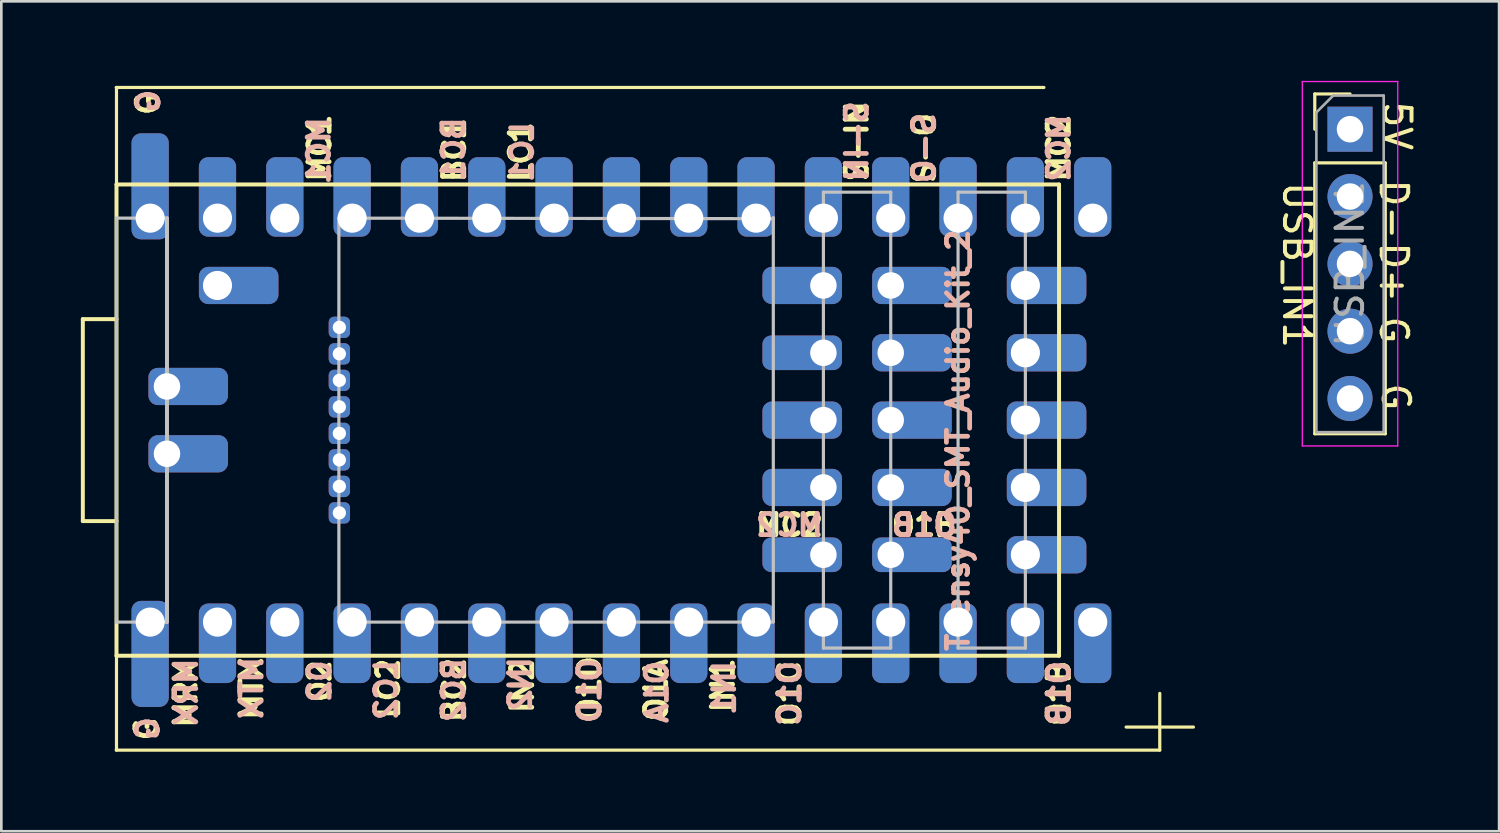
<source format=kicad_pcb>
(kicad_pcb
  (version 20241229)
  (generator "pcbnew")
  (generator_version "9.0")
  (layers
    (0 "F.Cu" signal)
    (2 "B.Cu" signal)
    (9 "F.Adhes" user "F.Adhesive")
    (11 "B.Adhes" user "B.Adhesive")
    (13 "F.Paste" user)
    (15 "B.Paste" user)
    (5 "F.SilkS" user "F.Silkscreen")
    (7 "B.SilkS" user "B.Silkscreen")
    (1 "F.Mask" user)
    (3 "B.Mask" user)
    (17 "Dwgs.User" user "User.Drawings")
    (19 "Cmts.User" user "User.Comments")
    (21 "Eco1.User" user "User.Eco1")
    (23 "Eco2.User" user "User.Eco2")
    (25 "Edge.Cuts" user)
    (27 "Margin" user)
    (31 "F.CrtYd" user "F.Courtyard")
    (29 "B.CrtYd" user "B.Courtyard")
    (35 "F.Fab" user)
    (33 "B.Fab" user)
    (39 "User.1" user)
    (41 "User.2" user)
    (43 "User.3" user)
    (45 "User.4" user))
  (footprint "USB_IN1"
    (layer "F.Cu")
    (at 47.883 1.825)
    (property "Reference" "USB_IN1" (at -2 5.125 270) (unlocked yes) (layer "F.SilkS") (effects (font (size 1 1) (thickness 0.15))))
    (attr through_hole exclude_from_bom)
    (fp_line (start -1.33 -1.33) (end 0 -1.33) (stroke (width 0.12) (type solid)) (layer "F.SilkS"))
    (fp_line (start -1.33 0) (end -1.33 -1.33) (stroke (width 0.12) (type solid)) (layer "F.SilkS"))
    (fp_line (start -1.33 1.27) (end -1.33 11.49) (stroke (width 0.12) (type solid)) (layer "F.SilkS"))
    (fp_line (start -1.33 1.27) (end 1.33 1.27) (stroke (width 0.12) (type solid)) (layer "F.SilkS"))
    (fp_line (start -1.33 11.49) (end 1.33 11.49) (stroke (width 0.12) (type solid)) (layer "F.SilkS"))
    (fp_line (start 1.33 1.27) (end 1.33 11.49) (stroke (width 0.12) (type solid)) (layer "F.SilkS"))
    (fp_line (start -1.8 -1.8) (end -1.8 11.95) (stroke (width 0.05) (type solid)) (layer "F.CrtYd"))
    (fp_line (start -1.8 11.95) (end 1.8 11.95) (stroke (width 0.05) (type solid)) (layer "F.CrtYd"))
    (fp_line (start 1.8 -1.8) (end -1.8 -1.8) (stroke (width 0.05) (type solid)) (layer "F.CrtYd"))
    (fp_line (start 1.8 11.95) (end 1.8 -1.8) (stroke (width 0.05) (type solid)) (layer "F.CrtYd"))
    (fp_line (start -1.27 -0.635) (end -0.635 -1.27) (stroke (width 0.1) (type solid)) (layer "F.Fab"))
    (fp_line (start -1.27 11.43) (end -1.27 -0.635) (stroke (width 0.1) (type solid)) (layer "F.Fab"))
    (fp_line (start -0.635 -1.27) (end 1.27 -1.27) (stroke (width 0.1) (type solid)) (layer "F.Fab"))
    (fp_line (start 1.27 -1.27) (end 1.27 11.43) (stroke (width 0.1) (type solid)) (layer "F.Fab"))
    (fp_line (start 1.27 11.43) (end -1.27 11.43) (stroke (width 0.1) (type solid)) (layer "F.Fab"))
    (fp_text user "D-" (at 1.65 3.025 270) (unlocked yes) (layer "F.SilkS") (effects (font (size 1 1) (thickness 0.15))))
    (fp_text user "5V" (at 1.775 -0.125 270) (unlocked yes) (layer "F.SilkS") (effects (font (size 1 1) (thickness 0.15))))
    (fp_text user "G" (at 1.65 7.575 270) (unlocked yes) (layer "F.SilkS") (effects (font (size 1 1) (thickness 0.15))))
    (fp_text user "G" (at 1.725 10.1 270) (unlocked yes) (layer "F.SilkS") (effects (font (size 1 1) (thickness 0.15))))
    (fp_text user "D+" (at 1.65 5.4 270) (unlocked yes) (layer "F.SilkS") (effects (font (size 1 1) (thickness 0.15))))
    (fp_text user "${REFERENCE}" (at 0 5.08 90) (layer "F.Fab") (effects (font (size 1 1) (thickness 0.15))))
    (pad "1" thru_hole rect (at 0 0) (size 1.7 1.7) (drill 1) (layers "*.Cu" "*.Mask"))
    (pad "2" thru_hole oval (at 0 2.54) (size 1.7 1.7) (drill 1) (layers "*.Cu" "*.Mask"))
    (pad "3" thru_hole oval (at 0 5.08) (size 1.7 1.7) (drill 1) (layers "*.Cu" "*.Mask"))
    (pad "4" thru_hole oval (at 0 7.62) (size 1.7 1.7) (drill 1) (layers "*.Cu" "*.Mask"))
    (pad "5" thru_hole oval (at 0 10.16) (size 1.7 1.7) (drill 1) (layers "*.Cu" "*.Mask")))
  (footprint "Teensy40_SMT_Audio_Kit_2"
    (layer "F.Cu")
    (at 1.335 0.25)
    (property "Reference" "Teensy40_SMT_Audio_Kit_2" (at 31.76 13.312 90) (layer "B.SilkS") (effects (font (size 0.8 0.8) (thickness 0.18))))
    (attr through_hole)
    (fp_line (start -1.26 8.74) (end -1.26 16.36) (stroke (width 0.15) (type solid)) (layer "F.SilkS"))
    (fp_line (start -1.26 16.36) (end 0.01 16.36) (stroke (width 0.15) (type solid)) (layer "F.SilkS"))
    (fp_line (start 0 0) (end 35 0) (stroke (width 0.12) (type solid)) (layer "F.SilkS"))
    (fp_line (start 0 25) (end 39.37 25) (stroke (width 0.12) (type solid)) (layer "F.SilkS"))
    (fp_line (start 0.01 3.66) (end 0.01 0) (stroke (width 0.12) (type solid)) (layer "F.SilkS"))
    (fp_line (start 0.01 3.66) (end 0.01 21.44) (stroke (width 0.15) (type solid)) (layer "F.SilkS"))
    (fp_line (start 0.01 8.74) (end -1.26 8.74) (stroke (width 0.15) (type solid)) (layer "F.SilkS"))
    (fp_line (start 0.01 21.44) (end 35.57 21.44) (stroke (width 0.15) (type solid)) (layer "F.SilkS"))
    (fp_line (start 0.01 25) (end 0.01 21.44) (stroke (width 0.12) (type solid)) (layer "F.SilkS"))
    (fp_line (start 35.57 3.66) (end 0.01 3.66) (stroke (width 0.15) (type solid)) (layer "F.SilkS"))
    (fp_line (start 35.57 21.44) (end 35.57 3.66) (stroke (width 0.15) (type solid)) (layer "F.SilkS"))
    (fp_line (start 38.1 24.13) (end 40.64 24.13) (stroke (width 0.12) (type solid)) (layer "F.SilkS"))
    (fp_line (start 39.37 25) (end 39.37 22.86) (stroke (width 0.12) (type solid)) (layer "F.SilkS"))
    (fp_line (start 0.01 4.93) (end 0.01 20.17) (stroke (width 0.12) (type solid)) (layer "Dwgs.User"))
    (fp_line (start 0.01 4.93) (end 1.915 4.93) (stroke (width 0.12) (type solid)) (layer "Dwgs.User"))
    (fp_line (start 0.01 20.17) (end 1.915 20.17) (stroke (width 0.12) (type solid)) (layer "Dwgs.User"))
    (fp_line (start 1.915 4.93) (end 1.915 20.17) (stroke (width 0.15) (type solid)) (layer "Dwgs.User"))
    (fp_line (start 8.4 4.93) (end 8.4 20.17) (stroke (width 0.12) (type solid)) (layer "Dwgs.User"))
    (fp_line (start 8.4 4.93) (end 24.79 4.95) (stroke (width 0.12) (type solid)) (layer "Dwgs.User"))
    (fp_line (start 8.4 20.17) (end 24.79 20.17) (stroke (width 0.12) (type solid)) (layer "Dwgs.User"))
    (fp_line (start 24.79 4.91) (end 24.79 20.15) (stroke (width 0.12) (type solid)) (layer "Dwgs.User"))
    (fp_line (start 26.68 3.95) (end 26.68 21.15) (stroke (width 0.12) (type solid)) (layer "Dwgs.User"))
    (fp_line (start 26.68 21.15) (end 29.22 21.15) (stroke (width 0.12) (type solid)) (layer "Dwgs.User"))
    (fp_line (start 29.22 3.95) (end 26.68 3.95) (stroke (width 0.12) (type solid)) (layer "Dwgs.User"))
    (fp_line (start 29.22 21.15) (end 29.22 3.95) (stroke (width 0.12) (type solid)) (layer "Dwgs.User"))
    (fp_line (start 31.76 3.95) (end 34.3 3.95) (stroke (width 0.12) (type solid)) (layer "Dwgs.User"))
    (fp_line (start 31.76 21.15) (end 31.76 3.95) (stroke (width 0.12) (type solid)) (layer "Dwgs.User"))
    (fp_line (start 34.3 3.95) (end 34.3 21.15) (stroke (width 0.12) (type solid)) (layer "Dwgs.User"))
    (fp_line (start 34.3 21.15) (end 31.76 21.15) (stroke (width 0.12) (type solid)) (layer "Dwgs.User"))
    (fp_poly (pts (xy 0.518 11.788) (xy 3.058 11.788) (xy 3.058 10.772) (xy 0.518 10.772)) (stroke (width 0.1) (type solid)) (fill no) (layer "Eco1.User"))
    (fp_poly (pts (xy 0.518 14.328) (xy 3.058 14.328) (xy 3.058 13.312) (xy 0.518 13.312)) (stroke (width 0.1) (type solid)) (fill no) (layer "Eco1.User"))
    (fp_poly (pts (xy 8.29 8.8) (xy 10.29 8.8) (xy 10.29 9.3) (xy 8.29 9.3)) (stroke (width 0.1) (type solid)) (fill no) (layer "Eco1.User"))
    (fp_poly (pts (xy 8.29 9.8) (xy 10.29 9.8) (xy 10.29 10.3) (xy 8.29 10.3)) (stroke (width 0.1) (type solid)) (fill no) (layer "Eco1.User"))
    (fp_poly (pts (xy 8.29 10.8) (xy 10.29 10.8) (xy 10.29 11.3) (xy 8.29 11.3)) (stroke (width 0.1) (type solid)) (fill no) (layer "Eco1.User"))
    (fp_poly (pts (xy 8.29 11.8) (xy 10.29 11.8) (xy 10.29 12.3) (xy 8.29 12.3)) (stroke (width 0.1) (type solid)) (fill no) (layer "Eco1.User"))
    (fp_poly (pts (xy 8.29 12.8) (xy 10.29 12.8) (xy 10.29 13.3) (xy 8.29 13.3)) (stroke (width 0.1) (type solid)) (fill no) (layer "Eco1.User"))
    (fp_poly (pts (xy 8.29 13.8) (xy 10.29 13.8) (xy 10.29 14.3) (xy 8.29 14.3)) (stroke (width 0.1) (type solid)) (fill no) (layer "Eco1.User"))
    (fp_poly (pts (xy 8.29 14.8) (xy 10.29 14.8) (xy 10.29 15.3) (xy 8.29 15.3)) (stroke (width 0.1) (type solid)) (fill no) (layer "Eco1.User"))
    (fp_poly (pts (xy 8.29 15.8) (xy 10.29 15.8) (xy 10.29 16.3) (xy 8.29 16.3)) (stroke (width 0.1) (type solid)) (fill no) (layer "Eco1.User"))
    (fp_poly (pts (xy 24.648 7.978) (xy 27.188 7.978) (xy 27.188 6.962) (xy 24.648 6.962)) (stroke (width 0.1) (type solid)) (fill no) (layer "Eco1.User"))
    (fp_poly (pts (xy 24.648 10.518) (xy 27.188 10.518) (xy 27.188 9.502) (xy 24.648 9.502)) (stroke (width 0.1) (type solid)) (fill no) (layer "Eco1.User"))
    (fp_poly (pts (xy 24.648 13.058) (xy 27.188 13.058) (xy 27.188 12.042) (xy 24.648 12.042)) (stroke (width 0.1) (type solid)) (fill no) (layer "Eco1.User"))
    (fp_poly (pts (xy 24.648 15.598) (xy 27.188 15.598) (xy 27.188 14.582) (xy 24.648 14.582)) (stroke (width 0.1) (type solid)) (fill no) (layer "Eco1.User"))
    (fp_poly (pts (xy 24.648 18.138) (xy 27.188 18.138) (xy 27.188 17.122) (xy 24.648 17.122)) (stroke (width 0.1) (type solid)) (fill no) (layer "Eco1.User"))
    (fp_poly (pts (xy 28.712 7.978) (xy 31.252 7.978) (xy 31.252 6.962) (xy 28.712 6.962)) (stroke (width 0.1) (type solid)) (fill no) (layer "Eco1.User"))
    (fp_poly (pts (xy 28.712 10.518) (xy 31.252 10.518) (xy 31.252 9.502) (xy 28.712 9.502)) (stroke (width 0.1) (type solid)) (fill no) (layer "Eco1.User"))
    (fp_poly (pts (xy 28.712 13.058) (xy 31.252 13.058) (xy 31.252 12.042) (xy 28.712 12.042)) (stroke (width 0.1) (type solid)) (fill no) (layer "Eco1.User"))
    (fp_poly (pts (xy 28.712 15.598) (xy 31.252 15.598) (xy 31.252 14.582) (xy 28.712 14.582)) (stroke (width 0.1) (type solid)) (fill no) (layer "Eco1.User"))
    (fp_poly (pts (xy 28.712 18.138) (xy 31.252 18.138) (xy 31.252 17.122) (xy 28.712 17.122)) (stroke (width 0.1) (type solid)) (fill no) (layer "Eco1.User"))
    (fp_text user "G" (at 1.194 0.61 90) (unlocked yes) (layer "F.SilkS") (effects (font (size 0.8 0.8) (thickness 0.18))))
    (fp_text user "S-O" (at 30.48 2.286 90) (layer "F.SilkS") (effects (font (size 0.8 0.8) (thickness 0.18))))
    (fp_text user "BC2" (at 12.751 22.733 90) (unlocked yes) (layer "F.SilkS") (effects (font (size 0.8 0.8) (thickness 0.18))))
    (fp_text user "BC1" (at 12.751 2.362 90) (layer "F.SilkS") (effects (font (size 0.8 0.8) (thickness 0.18))))
    (fp_text user "MC1" (at 7.671 2.286 90) (layer "F.SilkS") (effects (font (size 0.8 0.8) (thickness 0.18))))
    (fp_text user "O1C" (at 25.4 22.86 90) (layer "F.SilkS") (effects (font (size 0.8 0.8) (thickness 0.18))))
    (fp_text user "G" (at 1.143 24.206 90) (unlocked yes) (layer "F.SilkS") (effects (font (size 0.8 0.8) (thickness 0.18))))
    (fp_text user "02" (at 7.671 22.403 90) (unlocked yes) (layer "F.SilkS") (effects (font (size 0.8 0.8) (thickness 0.18))))
    (fp_text user "IN2" (at 15.316 22.581 90) (unlocked yes) (layer "F.SilkS") (effects (font (size 0.8 0.8) (thickness 0.18))))
    (fp_text user "LC2" (at 10.262 22.682 90) (unlocked yes) (layer "F.SilkS") (effects (font (size 0.8 0.8) (thickness 0.18))))
    (fp_text user "MRX" (at 2.616 22.885 90) (unlocked yes) (layer "F.SilkS") (effects (font (size 0.8 0.8) (thickness 0.18))))
    (fp_text user "O1B" (at 30.48 16.51 0) (layer "F.SilkS") (effects (font (size 0.8 0.8) (thickness 0.18))))
    (fp_text user "IN1" (at 22.885 22.555 90) (unlocked yes) (layer "F.SilkS") (effects (font (size 0.8 0.8) (thickness 0.18))))
    (fp_text user "MC2" (at 25.4 16.51 180) (layer "F.SilkS") (effects (font (size 0.8 0.8) (thickness 0.18))))
    (fp_text user "S-IN" (at 27.94 2.032 90) (layer "F.SilkS") (effects (font (size 0.8 0.8) (thickness 0.18))))
    (fp_text user "LC1" (at 15.265 2.438 90) (layer "F.SilkS") (effects (font (size 0.8 0.8) (thickness 0.18))))
    (fp_text user "MTX" (at 5.105 22.682 90) (unlocked yes) (layer "F.SilkS") (effects (font (size 0.8 0.8) (thickness 0.18))))
    (fp_text user "MC2" (at 35.56 2.286 90) (layer "F.SilkS") (effects (font (size 0.8 0.8) (thickness 0.18))))
    (fp_text user "O1B" (at 35.56 22.86 90) (layer "F.SilkS") (effects (font (size 0.8 0.8) (thickness 0.18))))
    (fp_text user "O1A" (at 20.371 22.733 90) (unlocked yes) (layer "F.SilkS") (effects (font (size 0.8 0.8) (thickness 0.18))))
    (fp_text user "O1D" (at 17.856 22.682 90) (unlocked yes) (layer "F.SilkS") (effects (font (size 0.8 0.8) (thickness 0.18))))
    (fp_text user "LC1" (at 15.316 2.438 90) (unlocked yes) (layer "B.SilkS") (effects (font (size 0.8 0.8) (thickness 0.18)) (justify mirror)))
    (fp_text user "G" (at 1.219 0.508 90) (layer "B.SilkS") (effects (font (size 0.8 0.8) (thickness 0.18)) (justify mirror)))
    (fp_text user "BC2" (at 12.725 22.733 90) (layer "B.SilkS") (effects (font (size 0.8 0.8) (thickness 0.18)) (justify mirror)))
    (fp_text user "G" (at 1.194 24.181 90) (layer "B.SilkS") (effects (font (size 0.8 0.8) (thickness 0.18)) (justify mirror)))
    (fp_text user "S-IN" (at 27.94 2.032 90) (unlocked yes) (layer "B.SilkS") (effects (font (size 0.8 0.8) (thickness 0.18)) (justify mirror)))
    (fp_text user "MC2" (at 25.4 16.51 0) (layer "B.SilkS") (effects (font (size 0.8 0.8) (thickness 0.18)) (justify mirror)))
    (fp_text user "O1B" (at 30.48 16.51 180) (layer "B.SilkS") (effects (font (size 0.8 0.8) (thickness 0.18)) (justify mirror)))
    (fp_text user "O1B" (at 35.56 22.86 270) (layer "B.SilkS") (effects (font (size 0.8 0.8) (thickness 0.18)) (justify mirror)))
    (fp_text user "O1C" (at 25.4 22.86 270) (layer "B.SilkS") (effects (font (size 0.8 0.8) (thickness 0.18)) (justify mirror)))
    (fp_text user "O1D" (at 17.856 22.758 90) (layer "B.SilkS") (effects (font (size 0.8 0.8) (thickness 0.18)) (justify mirror)))
    (fp_text user "MC1" (at 7.645 2.388 90) (unlocked yes) (layer "B.SilkS") (effects (font (size 0.8 0.8) (thickness 0.18)) (justify mirror)))
    (fp_text user "BC1" (at 12.725 2.337 90) (unlocked yes) (layer "B.SilkS") (effects (font (size 0.8 0.8) (thickness 0.18)) (justify mirror)))
    (fp_text user "O1A" (at 20.396 22.809 90) (layer "B.SilkS") (effects (font (size 0.8 0.8) (thickness 0.18)) (justify mirror)))
    (fp_text user "02" (at 7.671 22.403 90) (layer "B.SilkS") (effects (font (size 0.8 0.8) (thickness 0.18)) (justify mirror)))
    (fp_text user "MTX" (at 5.105 22.657 90) (layer "B.SilkS") (effects (font (size 0.8 0.8) (thickness 0.18)) (justify mirror)))
    (fp_text user "S-O" (at 30.48 2.286 90) (unlocked yes) (layer "B.SilkS") (effects (font (size 0.8 0.8) (thickness 0.18)) (justify mirror)))
    (fp_text user "IN2" (at 15.24 22.504 90) (layer "B.SilkS") (effects (font (size 0.8 0.8) (thickness 0.18)) (justify mirror)))
    (fp_text user "IN1" (at 22.936 22.657 90) (layer "B.SilkS") (effects (font (size 0.8 0.8) (thickness 0.18)) (justify mirror)))
    (fp_text user "MC2" (at 35.56 2.286 270) (layer "B.SilkS") (effects (font (size 0.8 0.8) (thickness 0.18)) (justify mirror)))
    (fp_text user "LC2" (at 10.185 22.733 90) (layer "B.SilkS") (effects (font (size 0.8 0.8) (thickness 0.18)) (justify mirror)))
    (fp_text user "MRX" (at 2.642 22.809 90) (layer "B.SilkS") (effects (font (size 0.8 0.8) (thickness 0.18)) (justify mirror)))
    (pad "1" thru_hole roundrect (at 1.28 20.17) (size 1.404 4) (drill 1.1 (offset 0 1.2)) (layers "*.Cu" "*.Mask") (roundrect_rratio 0.25))
    (pad "2" thru_hole roundrect (at 3.82 20.17) (size 1.404 3) (drill 1.1 (offset 0 0.8)) (layers "*.Cu" "*.Mask") (roundrect_rratio 0.25))
    (pad "3" thru_hole roundrect (at 6.36 20.17) (size 1.404 3) (drill 1.1 (offset 0 0.8)) (layers "*.Cu" "*.Mask") (roundrect_rratio 0.25))
    (pad "4" thru_hole roundrect (at 8.9 20.17) (size 1.404 3) (drill 1.1 (offset 0 0.8)) (layers "*.Cu" "*.Mask") (roundrect_rratio 0.25))
    (pad "5" thru_hole roundrect (at 11.44 20.17) (size 1.404 3) (drill 1.1 (offset 0 0.8)) (layers "*.Cu" "*.Mask") (roundrect_rratio 0.25))
    (pad "6" thru_hole roundrect (at 13.98 20.17) (size 1.404 3) (drill 1.1 (offset 0 0.8)) (layers "*.Cu" "*.Mask") (roundrect_rratio 0.25))
    (pad "7" thru_hole roundrect (at 16.52 20.17) (size 1.404 3) (drill 1.1 (offset 0 0.8)) (layers "*.Cu" "*.Mask") (roundrect_rratio 0.25))
    (pad "8" thru_hole roundrect (at 19.06 20.17) (size 1.404 3) (drill 1.1 (offset 0 0.8)) (layers "*.Cu" "*.Mask") (roundrect_rratio 0.25))
    (pad "9" thru_hole roundrect (at 21.6 20.17) (size 1.404 3) (drill 1.1 (offset 0 0.8)) (layers "*.Cu" "*.Mask") (roundrect_rratio 0.25))
    (pad "10" thru_hole roundrect (at 24.14 20.17) (size 1.404 3) (drill 1.1 (offset 0 0.8)) (layers "*.Cu" "*.Mask") (roundrect_rratio 0.25))
    (pad "11" thru_hole roundrect (at 26.68 20.17) (size 1.404 3) (drill 1.1 (offset 0 0.8)) (layers "*.Cu" "*.Mask") (roundrect_rratio 0.25))
    (pad "12" thru_hole roundrect (at 29.22 20.17) (size 1.404 3) (drill 1.1 (offset 0 0.8)) (layers "*.Cu" "*.Mask") (roundrect_rratio 0.25))
    (pad "13" thru_hole roundrect (at 31.76 20.17) (size 1.404 3) (drill 1.1 (offset 0 0.8)) (layers "*.Cu" "*.Mask") (roundrect_rratio 0.25))
    (pad "14" thru_hole roundrect (at 34.3 20.17) (size 1.404 3) (drill 1.1 (offset 0 0.8)) (layers "*.Cu" "*.Mask") (roundrect_rratio 0.25))
    (pad "15" thru_hole roundrect (at 34.3 17.63 90) (size 1.404 3) (drill 1.1 (offset 0 0.8)) (layers "*.Cu" "*.Mask") (roundrect_rratio 0.25))
    (pad "16" thru_hole roundrect (at 34.3 15.09 90) (size 1.404 3) (drill 1.1 (offset 0 0.8)) (layers "*.Cu" "*.Mask") (roundrect_rratio 0.25))
    (pad "17" thru_hole roundrect (at 34.3 12.55 90) (size 1.404 3) (drill 1.1 (offset 0 0.8)) (layers "*.Cu" "*.Mask") (roundrect_rratio 0.25))
    (pad "18" thru_hole roundrect (at 34.3 10.01 90) (size 1.404 3) (drill 1.1 (offset 0 0.8)) (layers "*.Cu" "*.Mask") (roundrect_rratio 0.25))
    (pad "19" thru_hole roundrect (at 34.3 7.47 90) (size 1.404 3) (drill 1.1 (offset 0 0.8)) (layers "*.Cu" "*.Mask") (roundrect_rratio 0.25))
    (pad "20" thru_hole roundrect (at 34.3 4.93 180) (size 1.404 3) (drill 1.1 (offset 0 0.8)) (layers "*.Cu" "*.Mask") (roundrect_rratio 0.25))
    (pad "21" thru_hole roundrect (at 31.76 4.93 180) (size 1.404 3) (drill 1.1 (offset 0 0.8)) (layers "*.Cu" "*.Mask") (roundrect_rratio 0.25))
    (pad "22" thru_hole roundrect (at 29.22 4.93 180) (size 1.404 3) (drill 1.1 (offset 0 0.8)) (layers "*.Cu" "*.Mask") (roundrect_rratio 0.25))
    (pad "23" thru_hole roundrect (at 26.68 4.93 180) (size 1.404 3) (drill 1.1 (offset 0 0.8)) (layers "*.Cu" "*.Mask") (roundrect_rratio 0.25))
    (pad "24" thru_hole roundrect (at 24.14 4.93 180) (size 1.404 3) (drill 1.1 (offset 0 0.8)) (layers "*.Cu" "*.Mask") (roundrect_rratio 0.25))
    (pad "25" thru_hole roundrect (at 21.6 4.93 180) (size 1.404 3) (drill 1.1 (offset 0 0.8)) (layers "*.Cu" "*.Mask") (roundrect_rratio 0.25))
    (pad "26" thru_hole roundrect (at 19.06 4.93 180) (size 1.404 3) (drill 1.1 (offset 0 0.8)) (layers "*.Cu" "*.Mask") (roundrect_rratio 0.25))
    (pad "27" thru_hole roundrect (at 16.52 4.93 180) (size 1.404 3) (drill 1.1 (offset 0 0.8)) (layers "*.Cu" "*.Mask") (roundrect_rratio 0.25))
    (pad "28" thru_hole roundrect (at 13.98 4.93 180) (size 1.404 3) (drill 1.1 (offset 0 0.8)) (layers "*.Cu" "*.Mask") (roundrect_rratio 0.25))
    (pad "29" thru_hole roundrect (at 11.44 4.93 180) (size 1.404 3) (drill 1.1 (offset 0 0.8)) (layers "*.Cu" "*.Mask") (roundrect_rratio 0.25))
    (pad "30" thru_hole roundrect (at 8.9 4.93 180) (size 1.404 3) (drill 1.1 (offset 0 0.8)) (layers "*.Cu" "*.Mask") (roundrect_rratio 0.25))
    (pad "31" thru_hole roundrect (at 6.36 4.93 180) (size 1.404 3) (drill 1.1 (offset 0 0.8)) (layers "*.Cu" "*.Mask") (roundrect_rratio 0.25))
    (pad "32" thru_hole roundrect (at 3.82 4.93 180) (size 1.404 3) (drill 1.1 (offset 0 0.8)) (layers "*.Cu" "*.Mask") (roundrect_rratio 0.25))
    (pad "33" thru_hole roundrect (at 1.28 4.93 180) (size 1.404 4) (drill 1.1 (offset 0 1.2)) (layers "*.Cu" "*.Mask") (roundrect_rratio 0.25))
    (pad "34" thru_hole roundrect (at 3.82 7.47 90) (size 1.404 3) (drill 1.1 (offset 0 0.8)) (layers "*.Cu" "*.Mask") (roundrect_rratio 0.25))
    (pad "35" thru_hole roundrect (at 29.22 7.47 90) (size 1.404 3) (drill 1 (offset 0 0.8)) (layers "*.Cu" "*.Mask") (roundrect_rratio 0.25))
    (pad "36" thru_hole roundrect (at 26.68 7.47 270) (size 1.404 3) (drill 1 (offset 0 0.8)) (layers "*.Cu" "*.Mask") (roundrect_rratio 0.25))
    (pad "37" thru_hole roundrect (at 29.22 10.01 90) (size 1.404 3) (drill 1 (offset 0 0.8)) (layers "*.Cu" "*.Mask") (roundrect_rratio 0.25))
    (pad "38" thru_hole roundrect (at 26.68 10.01 270) (size 1.304 3) (drill 1 (offset 0 0.8)) (layers "*.Cu" "*.Mask") (roundrect_rratio 0.25))
    (pad "39" thru_hole roundrect (at 29.22 12.55 90) (size 1.404 3) (drill 1 (offset 0 0.8)) (layers "*.Cu" "*.Mask") (roundrect_rratio 0.25))
    (pad "40" thru_hole roundrect (at 26.68 12.55 270) (size 1.404 3) (drill 1 (offset 0 0.8)) (layers "*.Cu" "*.Mask") (roundrect_rratio 0.25))
    (pad "41" thru_hole roundrect (at 29.22 15.09 90) (size 1.404 3) (drill 1 (offset 0 0.8)) (layers "*.Cu" "*.Mask") (roundrect_rratio 0.25))
    (pad "42" thru_hole roundrect (at 26.68 15.09 270) (size 1.404 3) (drill 1 (offset 0 0.8)) (layers "*.Cu" "*.Mask") (roundrect_rratio 0.25))
    (pad "43" thru_hole roundrect (at 29.22 17.63 90) (size 1.304 3) (drill 1 (offset 0 0.8)) (layers "*.Cu" "*.Mask") (roundrect_rratio 0.25))
    (pad "43" thru_hole roundrect (at 36.84 20.17) (size 1.404 3) (drill 1.1 (offset 0 0.8)) (layers "*.Cu" "*.Mask") (roundrect_rratio 0.25))
    (pad "44" thru_hole roundrect (at 26.68 17.63 270) (size 1.304 3) (drill 1 (offset 0 0.8)) (layers "*.Cu" "*.Mask") (roundrect_rratio 0.25))
    (pad "44" thru_hole roundrect (at 36.84 4.93 180) (size 1.404 3) (drill 1.1 (offset 0 0.8)) (layers "*.Cu" "*.Mask") (roundrect_rratio 0.25))
    (pad "45" thru_hole roundrect (at 8.418 9.05) (size 0.804 0.804) (drill 0.5) (layers "*.Cu" "*.Mask") (roundrect_rratio 0.25))
    (pad "46" thru_hole roundrect (at 8.418 10.05) (size 0.804 0.804) (drill 0.5) (layers "*.Cu" "*.Mask") (roundrect_rratio 0.25))
    (pad "47" thru_hole roundrect (at 8.418 11.05) (size 0.804 0.804) (drill 0.5) (layers "*.Cu" "*.Mask") (roundrect_rratio 0.25))
    (pad "48" thru_hole roundrect (at 8.418 12.05) (size 0.804 0.804) (drill 0.5) (layers "*.Cu" "*.Mask") (roundrect_rratio 0.25))
    (pad "49" thru_hole roundrect (at 8.418 13.05) (size 0.804 0.804) (drill 0.5) (layers "*.Cu" "*.Mask") (roundrect_rratio 0.25))
    (pad "50" thru_hole roundrect (at 8.418 14.05) (size 0.804 0.804) (drill 0.5) (layers "*.Cu" "*.Mask") (roundrect_rratio 0.25))
    (pad "51" thru_hole roundrect (at 8.418 15.05) (size 0.804 0.804) (drill 0.5) (layers "*.Cu" "*.Mask") (roundrect_rratio 0.25))
    (pad "52" thru_hole roundrect (at 8.418 16.05) (size 0.804 0.804) (drill 0.5) (layers "*.Cu" "*.Mask") (roundrect_rratio 0.25))
    (pad "53" thru_hole roundrect (at 1.915 11.28 90) (size 1.404 3) (drill 1 (offset 0 0.8)) (layers "*.Cu" "*.Mask") (roundrect_rratio 0.25))
    (pad "54" thru_hole roundrect (at 1.915 13.82 90) (size 1.404 3) (drill 1 (offset 0 0.8)) (layers "*.Cu" "*.Mask") (roundrect_rratio 0.25)))
  (gr_rect
    (start -3 -3)
    (end 53.507 28.31)
    (stroke (width 0.1) (type default))
    (fill no)
    (layer "Edge.Cuts")))
</source>
